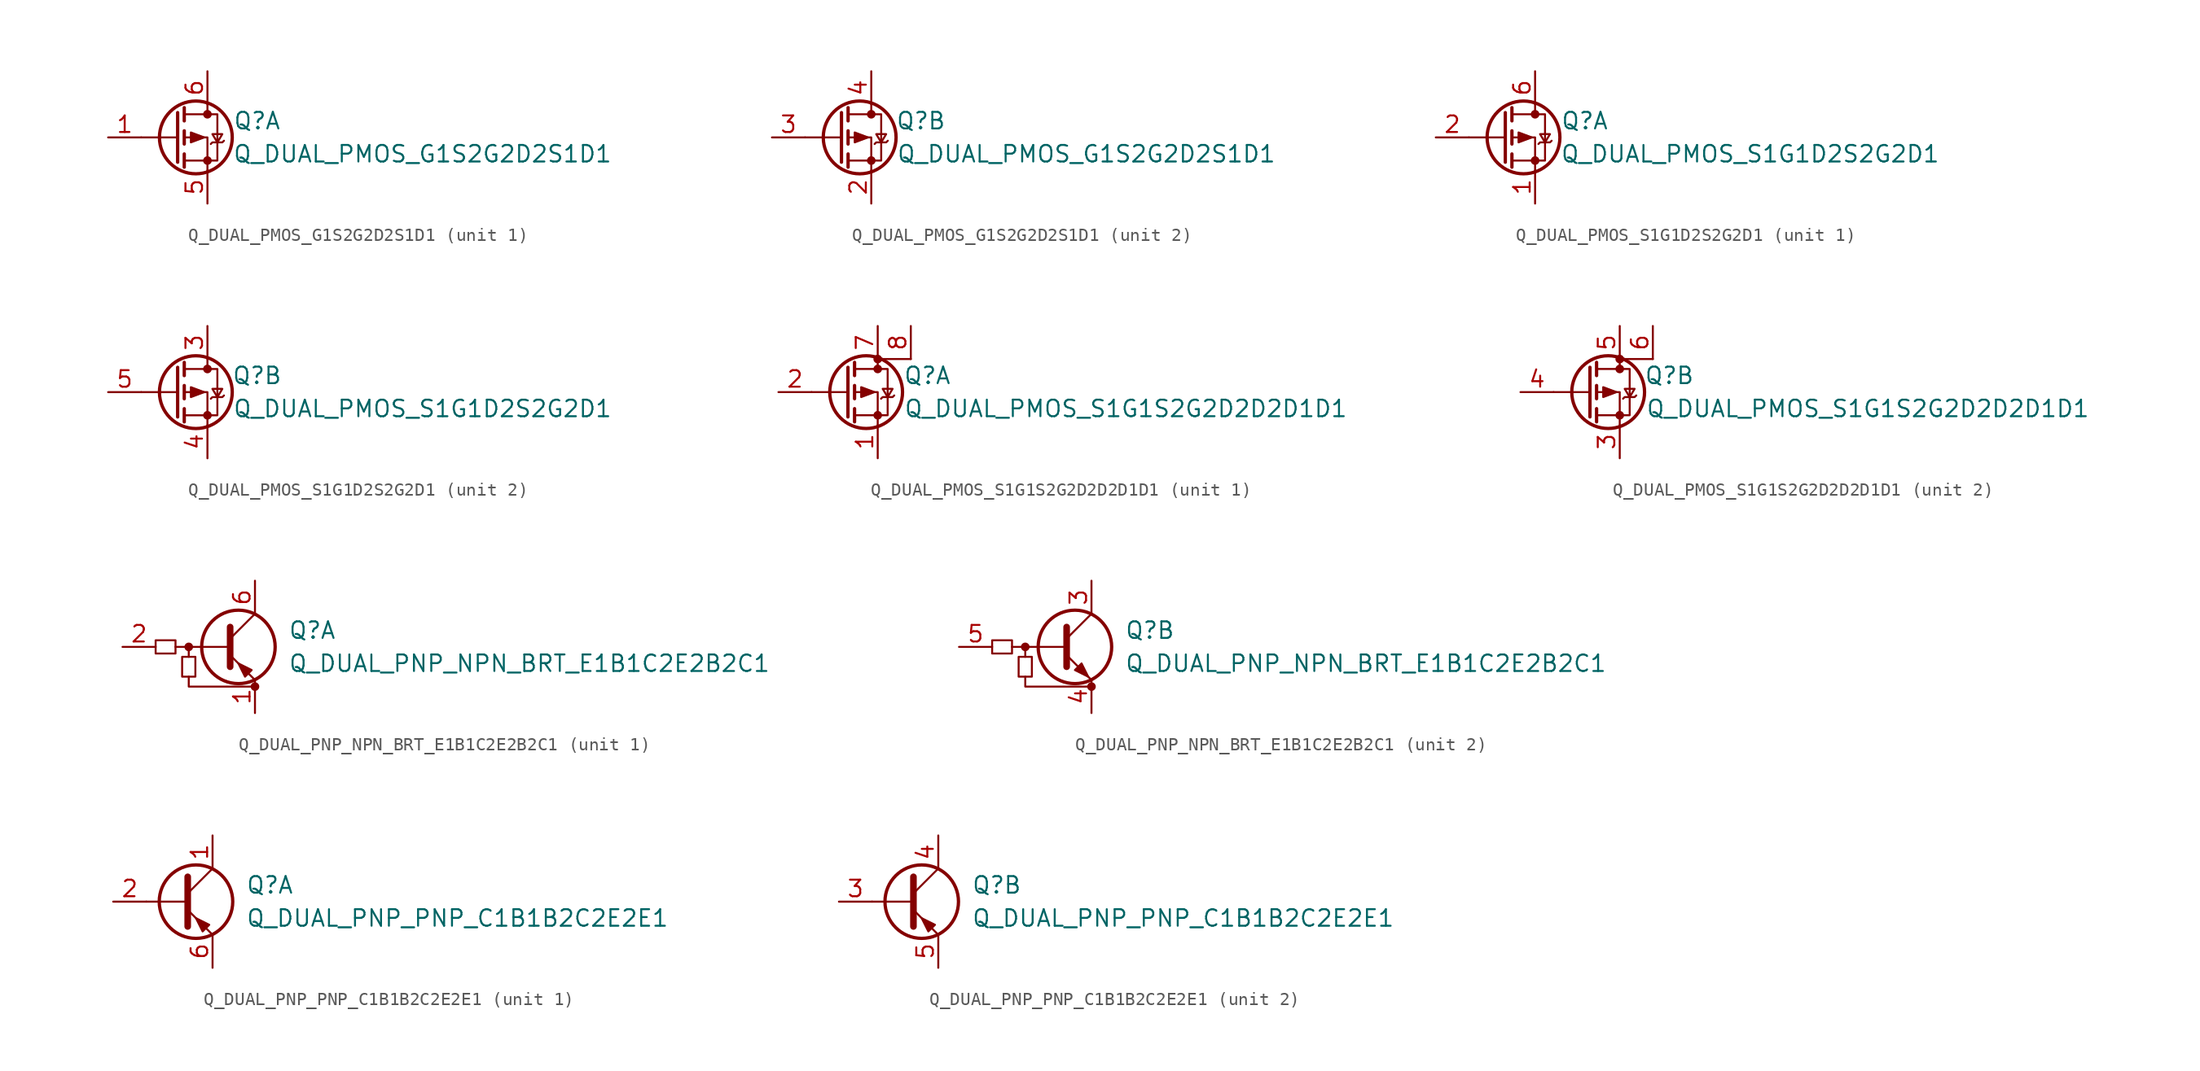
<source format=kicad_sym>
(kicad_symbol_lib
  (version 20211014)
  (generator kicad_symbol_editor)
  (symbol "Q_DUAL_PMOS_G1S2G2D2S1D1"
    (pin_names
      (offset 0) hide)
    (property "Reference" "Q"
      (at 6.35 1.27 0)
      (effects (font (size 1.27 1.27))))
    (property "Value" "Q_DUAL_PMOS_G1S2G2D2S1D1"
      (at 19.05 -1.27 0)
      (effects (font (size 1.27 1.27))))
    (symbol "Q_DUAL_PMOS_G1S2G2D2S1D1_0_1"
      (polyline (pts (xy 0.254 0) (xy -2.54 0)) (stroke (width 0) (type default) (color 0 0 0 0)) (fill (type none)))
      (polyline (pts (xy 0.254 1.905) (xy 0.254 -1.905)) (stroke (width 0.254) (type default) (color 0 0 0 0)) (fill (type none)))
      (polyline (pts (xy 0.762 -1.27) (xy 0.762 -2.286)) (stroke (width 0.254) (type default) (color 0 0 0 0)) (fill (type none)))
      (polyline (pts (xy 0.762 0.508) (xy 0.762 -0.508)) (stroke (width 0.254) (type default) (color 0 0 0 0)) (fill (type none)))
      (polyline (pts (xy 0.762 2.286) (xy 0.762 1.27)) (stroke (width 0.254) (type default) (color 0 0 0 0)) (fill (type none)))
      (polyline (pts (xy 2.54 2.54) (xy 2.54 1.778)) (stroke (width 0) (type default) (color 0 0 0 0)) (fill (type none)))
      (polyline (pts (xy 2.54 -2.54) (xy 2.54 0) (xy 0.762 0)) (stroke (width 0) (type default) (color 0 0 0 0)) (fill (type none)))
      (polyline (pts (xy 0.762 1.778) (xy 3.302 1.778) (xy 3.302 -1.778) (xy 0.762 -1.778)) (stroke (width 0) (type default) (color 0 0 0 0)) (fill (type none)))
      (polyline (pts (xy 2.286 0) (xy 1.27 0.381) (xy 1.27 -0.381) (xy 2.286 0)) (stroke (width 0) (type default) (color 0 0 0 0)) (fill (type outline)))
      (polyline (pts (xy 2.794 -0.508) (xy 2.921 -0.381) (xy 3.683 -0.381) (xy 3.81 -0.254)) (stroke (width 0) (type default) (color 0 0 0 0)) (fill (type none)))
      (polyline (pts (xy 3.302 -0.381) (xy 2.921 0.254) (xy 3.683 0.254) (xy 3.302 -0.381)) (stroke (width 0) (type default) (color 0 0 0 0)) (fill (type none)))
      (circle (center 1.651 0) (radius 2.794) (stroke (width 0.254) (type default) (color 0 0 0 0)) (fill (type none)))
      (circle (center 2.54 -1.778) (radius 0.254) (stroke (width 0) (type default) (color 0 0 0 0)) (fill (type outline)))
      (circle (center 2.54 1.778) (radius 0.254) (stroke (width 0) (type default) (color 0 0 0 0)) (fill (type outline))))
    (symbol "Q_DUAL_PMOS_G1S2G2D2S1D1_1_1"
      (pin input line (at -5.08 0 0) (length 2.54) (name "G" (effects (font (size 1.27 1.27)))) (number "1" (effects (font (size 1.27 1.27)))))
      (pin passive line (at 2.54 -5.08 90) (length 2.54) (name "S" (effects (font (size 1.27 1.27)))) (number "5" (effects (font (size 1.27 1.27)))))
      (pin passive line (at 2.54 5.08 270) (length 2.54) (name "D" (effects (font (size 1.27 1.27)))) (number "6" (effects (font (size 1.27 1.27))))))
    (symbol "Q_DUAL_PMOS_G1S2G2D2S1D1_2_1"
      (pin passive line (at 2.54 -5.08 90) (length 2.54) (name "S" (effects (font (size 1.27 1.27)))) (number "2" (effects (font (size 1.27 1.27)))))
      (pin input line (at -5.08 0 0) (length 2.54) (name "G" (effects (font (size 1.27 1.27)))) (number "3" (effects (font (size 1.27 1.27)))))
      (pin passive line (at 2.54 5.08 270) (length 2.54) (name "D" (effects (font (size 1.27 1.27)))) (number "4" (effects (font (size 1.27 1.27)))))))
  (symbol "Q_DUAL_PMOS_S1G1D2S2G2D1"
    (pin_names
      (offset 0) hide)
    (property "Reference" "Q"
      (at 6.35 1.27 0)
      (effects (font (size 1.27 1.27))))
    (property "Value" "Q_DUAL_PMOS_S1G1D2S2G2D1"
      (at 19.05 -1.27 0)
      (effects (font (size 1.27 1.27))))
    (symbol "Q_DUAL_PMOS_S1G1D2S2G2D1_0_1"
      (polyline (pts (xy 0.254 0) (xy -2.54 0)) (stroke (width 0) (type default) (color 0 0 0 0)) (fill (type none)))
      (polyline (pts (xy 0.254 1.905) (xy 0.254 -1.905)) (stroke (width 0.254) (type default) (color 0 0 0 0)) (fill (type none)))
      (polyline (pts (xy 0.762 -1.27) (xy 0.762 -2.286)) (stroke (width 0.254) (type default) (color 0 0 0 0)) (fill (type none)))
      (polyline (pts (xy 0.762 0.508) (xy 0.762 -0.508)) (stroke (width 0.254) (type default) (color 0 0 0 0)) (fill (type none)))
      (polyline (pts (xy 0.762 2.286) (xy 0.762 1.27)) (stroke (width 0.254) (type default) (color 0 0 0 0)) (fill (type none)))
      (polyline (pts (xy 2.54 2.54) (xy 2.54 1.778)) (stroke (width 0) (type default) (color 0 0 0 0)) (fill (type none)))
      (polyline (pts (xy 2.54 -2.54) (xy 2.54 0) (xy 0.762 0)) (stroke (width 0) (type default) (color 0 0 0 0)) (fill (type none)))
      (polyline (pts (xy 0.762 1.778) (xy 3.302 1.778) (xy 3.302 -1.778) (xy 0.762 -1.778)) (stroke (width 0) (type default) (color 0 0 0 0)) (fill (type none)))
      (polyline (pts (xy 2.286 0) (xy 1.27 0.381) (xy 1.27 -0.381) (xy 2.286 0)) (stroke (width 0) (type default) (color 0 0 0 0)) (fill (type outline)))
      (polyline (pts (xy 2.794 -0.508) (xy 2.921 -0.381) (xy 3.683 -0.381) (xy 3.81 -0.254)) (stroke (width 0) (type default) (color 0 0 0 0)) (fill (type none)))
      (polyline (pts (xy 3.302 -0.381) (xy 2.921 0.254) (xy 3.683 0.254) (xy 3.302 -0.381)) (stroke (width 0) (type default) (color 0 0 0 0)) (fill (type none)))
      (circle (center 1.651 0) (radius 2.794) (stroke (width 0.254) (type default) (color 0 0 0 0)) (fill (type none)))
      (circle (center 2.54 -1.778) (radius 0.254) (stroke (width 0) (type default) (color 0 0 0 0)) (fill (type outline)))
      (circle (center 2.54 1.778) (radius 0.254) (stroke (width 0) (type default) (color 0 0 0 0)) (fill (type outline))))
    (symbol "Q_DUAL_PMOS_S1G1D2S2G2D1_1_1"
      (pin passive line (at 2.54 -5.08 90) (length 2.54) (name "S" (effects (font (size 1.27 1.27)))) (number "1" (effects (font (size 1.27 1.27)))))
      (pin input line (at -5.08 0 0) (length 2.54) (name "G" (effects (font (size 1.27 1.27)))) (number "2" (effects (font (size 1.27 1.27)))))
      (pin passive line (at 2.54 5.08 270) (length 2.54) (name "D" (effects (font (size 1.27 1.27)))) (number "6" (effects (font (size 1.27 1.27))))))
    (symbol "Q_DUAL_PMOS_S1G1D2S2G2D1_2_1"
      (pin passive line (at 2.54 5.08 270) (length 2.54) (name "D" (effects (font (size 1.27 1.27)))) (number "3" (effects (font (size 1.27 1.27)))))
      (pin passive line (at 2.54 -5.08 90) (length 2.54) (name "S" (effects (font (size 1.27 1.27)))) (number "4" (effects (font (size 1.27 1.27)))))
      (pin input line (at -5.08 0 0) (length 2.54) (name "G" (effects (font (size 1.27 1.27)))) (number "5" (effects (font (size 1.27 1.27)))))))
  (symbol "Q_DUAL_PMOS_S1G1S2G2D2D2D1D1"
    (pin_names
      (offset 0) hide)
    (property "Reference" "Q"
      (at 6.35 1.27 0)
      (effects (font (size 1.27 1.27))))
    (property "Value" "Q_DUAL_PMOS_S1G1S2G2D2D2D1D1"
      (at 21.59 -1.27 0)
      (effects (font (size 1.27 1.27))))
    (symbol "Q_DUAL_PMOS_S1G1S2G2D2D2D1D1_0_1"
      (polyline (pts (xy 0.254 0) (xy -2.54 0)) (stroke (width 0) (type default) (color 0 0 0 0)) (fill (type none)))
      (polyline (pts (xy 0.254 1.905) (xy 0.254 -1.905)) (stroke (width 0.254) (type default) (color 0 0 0 0)) (fill (type none)))
      (polyline (pts (xy 0.762 -1.27) (xy 0.762 -2.286)) (stroke (width 0.254) (type default) (color 0 0 0 0)) (fill (type none)))
      (polyline (pts (xy 0.762 0.508) (xy 0.762 -0.508)) (stroke (width 0.254) (type default) (color 0 0 0 0)) (fill (type none)))
      (polyline (pts (xy 0.762 2.286) (xy 0.762 1.27)) (stroke (width 0.254) (type default) (color 0 0 0 0)) (fill (type none)))
      (polyline (pts (xy 2.54 2.54) (xy 2.54 1.778)) (stroke (width 0) (type default) (color 0 0 0 0)) (fill (type none)))
      (polyline (pts (xy 2.54 -2.54) (xy 2.54 0) (xy 0.762 0)) (stroke (width 0) (type default) (color 0 0 0 0)) (fill (type none)))
      (polyline (pts (xy 0.762 1.778) (xy 3.302 1.778) (xy 3.302 -1.778) (xy 0.762 -1.778)) (stroke (width 0) (type default) (color 0 0 0 0)) (fill (type none)))
      (polyline (pts (xy 2.286 0) (xy 1.27 0.381) (xy 1.27 -0.381) (xy 2.286 0)) (stroke (width 0) (type default) (color 0 0 0 0)) (fill (type outline)))
      (polyline (pts (xy 2.794 -0.508) (xy 2.921 -0.381) (xy 3.683 -0.381) (xy 3.81 -0.254)) (stroke (width 0) (type default) (color 0 0 0 0)) (fill (type none)))
      (polyline (pts (xy 3.302 -0.381) (xy 2.921 0.254) (xy 3.683 0.254) (xy 3.302 -0.381)) (stroke (width 0) (type default) (color 0 0 0 0)) (fill (type none)))
      (circle (center 1.651 0) (radius 2.794) (stroke (width 0.254) (type default) (color 0 0 0 0)) (fill (type none)))
      (circle (center 2.54 -1.778) (radius 0.254) (stroke (width 0) (type default) (color 0 0 0 0)) (fill (type outline)))
      (circle (center 2.54 1.778) (radius 0.254) (stroke (width 0) (type default) (color 0 0 0 0)) (fill (type outline)))
      (circle (center 2.54 2.54) (radius 0.254) (stroke (width 0) (type default) (color 0 0 0 0)) (fill (type outline)))
      (rectangle (start 5.08 2.54) (end 2.54 2.54) (stroke (width 0) (type default) (color 0 0 0 0)) (fill (type none))))
    (symbol "Q_DUAL_PMOS_S1G1S2G2D2D2D1D1_1_1"
      (pin passive line (at 2.54 -5.08 90) (length 2.54) (name "S" (effects (font (size 1.27 1.27)))) (number "1" (effects (font (size 1.27 1.27)))))
      (pin input line (at -5.08 0 0) (length 2.54) (name "G" (effects (font (size 1.27 1.27)))) (number "2" (effects (font (size 1.27 1.27)))))
      (pin passive line (at 2.54 5.08 270) (length 2.54) (name "D" (effects (font (size 1.27 1.27)))) (number "7" (effects (font (size 1.27 1.27)))))
      (pin passive line (at 5.08 5.08 270) (length 2.54) (name "G" (effects (font (size 1.27 1.27)))) (number "8" (effects (font (size 1.27 1.27))))))
    (symbol "Q_DUAL_PMOS_S1G1S2G2D2D2D1D1_2_1"
      (pin passive line (at 2.54 -5.08 90) (length 2.54) (name "S" (effects (font (size 1.27 1.27)))) (number "3" (effects (font (size 1.27 1.27)))))
      (pin input line (at -5.08 0 0) (length 2.54) (name "G" (effects (font (size 1.27 1.27)))) (number "4" (effects (font (size 1.27 1.27)))))
      (pin passive line (at 2.54 5.08 270) (length 2.54) (name "D" (effects (font (size 1.27 1.27)))) (number "5" (effects (font (size 1.27 1.27)))))
      (pin passive line (at 5.08 5.08 270) (length 2.54) (name "G" (effects (font (size 1.27 1.27)))) (number "6" (effects (font (size 1.27 1.27)))))))
  (symbol "Q_DUAL_PNP_NPN_BRT_E1B1C2E2B2C1"
    (pin_names hide)
    (property "Reference" "Q"
      (at 3.81 1.27 0)
      (effects (font (size 1.27 1.27)) (justify left)))
    (property "Value" "Q_DUAL_PNP_NPN_BRT_E1B1C2E2B2C1"
      (at 3.81 -1.27 0)
      (effects (font (size 1.27 1.27)) (justify left)))
    (symbol "Q_DUAL_PNP_NPN_BRT_E1B1C2E2B2C1_0_1"
      (rectangle (start -6.35 0.508) (end -4.826 -0.508) (stroke (width 0) (type default) (color 0 0 0 0)) (fill (type none)))
      (rectangle (start -4.318 -2.286) (end -3.302 -0.762) (stroke (width 0) (type default) (color 0 0 0 0)) (fill (type none)))
      (circle (center -3.81 0) (radius 0.254) (stroke (width 0) (type default) (color 0 0 0 0)) (fill (type outline)))
      (polyline (pts (xy -3.81 -0.762) (xy -3.81 0)) (stroke (width 0) (type default) (color 0 0 0 0)) (fill (type none)))
      (polyline (pts (xy -0.762 0) (xy -4.826 0)) (stroke (width 0) (type default) (color 0 0 0 0)) (fill (type none)))
      (polyline (pts (xy -0.635 1.524) (xy -0.635 -1.524)) (stroke (width 0.508) (type default) (color 0 0 0 0)) (fill (type none)))
      (polyline (pts (xy -3.81 -2.286) (xy -3.81 -3.048) (xy 1.27 -3.048)) (stroke (width 0) (type default) (color 0 0 0 0)) (fill (type none)))
      (circle (center 1.27 -3.048) (radius 0.254) (stroke (width 0) (type default) (color 0 0 0 0)) (fill (type outline))))
    (symbol "Q_DUAL_PNP_NPN_BRT_E1B1C2E2B2C1_1_1"
      (polyline (pts (xy -0.635 0.635) (xy 1.27 2.54)) (stroke (width 0) (type default) (color 0 0 0 0)) (fill (type none)))
      (polyline (pts (xy -0.635 -0.635) (xy 1.27 -2.54) (xy 1.27 -2.54)) (stroke (width 0) (type default) (color 0 0 0 0)) (fill (type none)))
      (polyline (pts (xy 1.016 -1.778) (xy 0.508 -2.286) (xy 0 -1.27) (xy 1.016 -1.778) (xy 1.016 -1.778)) (stroke (width 0) (type default) (color 0 0 0 0)) (fill (type outline)))
      (circle (center 0 0) (radius 2.819) (stroke (width 0.254) (type default) (color 0 0 0 0)) (fill (type none)))
      (pin passive line (at 1.27 -5.08 90) (length 2.54) (name "E1" (effects (font (size 1.27 1.27)))) (number "1" (effects (font (size 1.27 1.27)))))
      (pin input line (at -8.89 0 0) (length 2.54) (name "B1" (effects (font (size 1.27 1.27)))) (number "2" (effects (font (size 1.27 1.27)))))
      (pin passive line (at 1.27 5.08 270) (length 2.54) (name "C1" (effects (font (size 1.27 1.27)))) (number "6" (effects (font (size 1.27 1.27))))))
    (symbol "Q_DUAL_PNP_NPN_BRT_E1B1C2E2B2C1_2_1"
      (polyline (pts (xy -0.635 0.635) (xy 1.27 2.54)) (stroke (width 0) (type default) (color 0 0 0 0)) (fill (type none)))
      (polyline (pts (xy -0.635 -0.635) (xy 1.27 -2.54) (xy 1.27 -2.54)) (stroke (width 0) (type default) (color 0 0 0 0)) (fill (type none)))
      (polyline (pts (xy 0 -1.778) (xy 0.508 -1.27) (xy 1.016 -2.286) (xy 0 -1.778) (xy 0 -1.778)) (stroke (width 0) (type default) (color 0 0 0 0)) (fill (type outline)))
      (circle (center 0 0) (radius 2.819) (stroke (width 0.254) (type default) (color 0 0 0 0)) (fill (type none)))
      (pin passive line (at 1.27 5.08 270) (length 2.54) (name "C1" (effects (font (size 1.27 1.27)))) (number "3" (effects (font (size 1.27 1.27)))))
      (pin passive line (at 1.27 -5.08 90) (length 2.54) (name "E1" (effects (font (size 1.27 1.27)))) (number "4" (effects (font (size 1.27 1.27)))))
      (pin input line (at -8.89 0 0) (length 2.54) (name "B1" (effects (font (size 1.27 1.27)))) (number "5" (effects (font (size 1.27 1.27)))))))
  (symbol "Q_DUAL_PNP_PNP_C1B1B2C2E2E1"
    (pin_names
      (offset 0) hide)
    (property "Reference" "Q"
      (at 5.08 1.27 0)
      (effects (font (size 1.27 1.27)) (justify left)))
    (property "Value" "Q_DUAL_PNP_PNP_C1B1B2C2E2E1"
      (at 5.08 -1.27 0)
      (effects (font (size 1.27 1.27)) (justify left)))
    (property "ki_locked" ""
      (at 0 0 0)
      (effects (font (size 1.27 1.27))))
    (symbol "Q_DUAL_PNP_PNP_C1B1B2C2E2E1_0_1"
      (polyline (pts (xy 0.635 0) (xy -2.54 0)) (stroke (width 0) (type default) (color 0 0 0 0)) (fill (type none)))
      (polyline (pts (xy 0.635 0.635) (xy 2.54 2.54)) (stroke (width 0) (type default) (color 0 0 0 0)) (fill (type none)))
      (polyline (pts (xy 0.635 -0.635) (xy 2.54 -2.54) (xy 2.54 -2.54)) (stroke (width 0) (type default) (color 0 0 0 0)) (fill (type none)))
      (polyline (pts (xy 0.635 1.905) (xy 0.635 -1.905) (xy 0.635 -1.905)) (stroke (width 0.508) (type default) (color 0 0 0 0)) (fill (type none)))
      (polyline (pts (xy 2.286 -1.778) (xy 1.778 -2.286) (xy 1.27 -1.27) (xy 2.286 -1.778) (xy 2.286 -1.778)) (stroke (width 0) (type default) (color 0 0 0 0)) (fill (type outline)))
      (circle (center 1.27 0) (radius 2.819) (stroke (width 0.254) (type default) (color 0 0 0 0)) (fill (type none))))
    (symbol "Q_DUAL_PNP_PNP_C1B1B2C2E2E1_1_1"
      (pin passive line (at 2.54 5.08 270) (length 2.54) (name "C1" (effects (font (size 1.27 1.27)))) (number "1" (effects (font (size 1.27 1.27)))))
      (pin input line (at -5.08 0 0) (length 2.54) (name "B1" (effects (font (size 1.27 1.27)))) (number "2" (effects (font (size 1.27 1.27)))))
      (pin passive line (at 2.54 -5.08 90) (length 2.54) (name "E1" (effects (font (size 1.27 1.27)))) (number "6" (effects (font (size 1.27 1.27))))))
    (symbol "Q_DUAL_PNP_PNP_C1B1B2C2E2E1_2_1"
      (pin input line (at -5.08 0 0) (length 2.54) (name "B2" (effects (font (size 1.27 1.27)))) (number "3" (effects (font (size 1.27 1.27)))))
      (pin passive line (at 2.54 5.08 270) (length 2.54) (name "C2" (effects (font (size 1.27 1.27)))) (number "4" (effects (font (size 1.27 1.27)))))
      (pin passive line (at 2.54 -5.08 90) (length 2.54) (name "E2" (effects (font (size 1.27 1.27)))) (number "5" (effects (font (size 1.27 1.27))))))))
</source>
